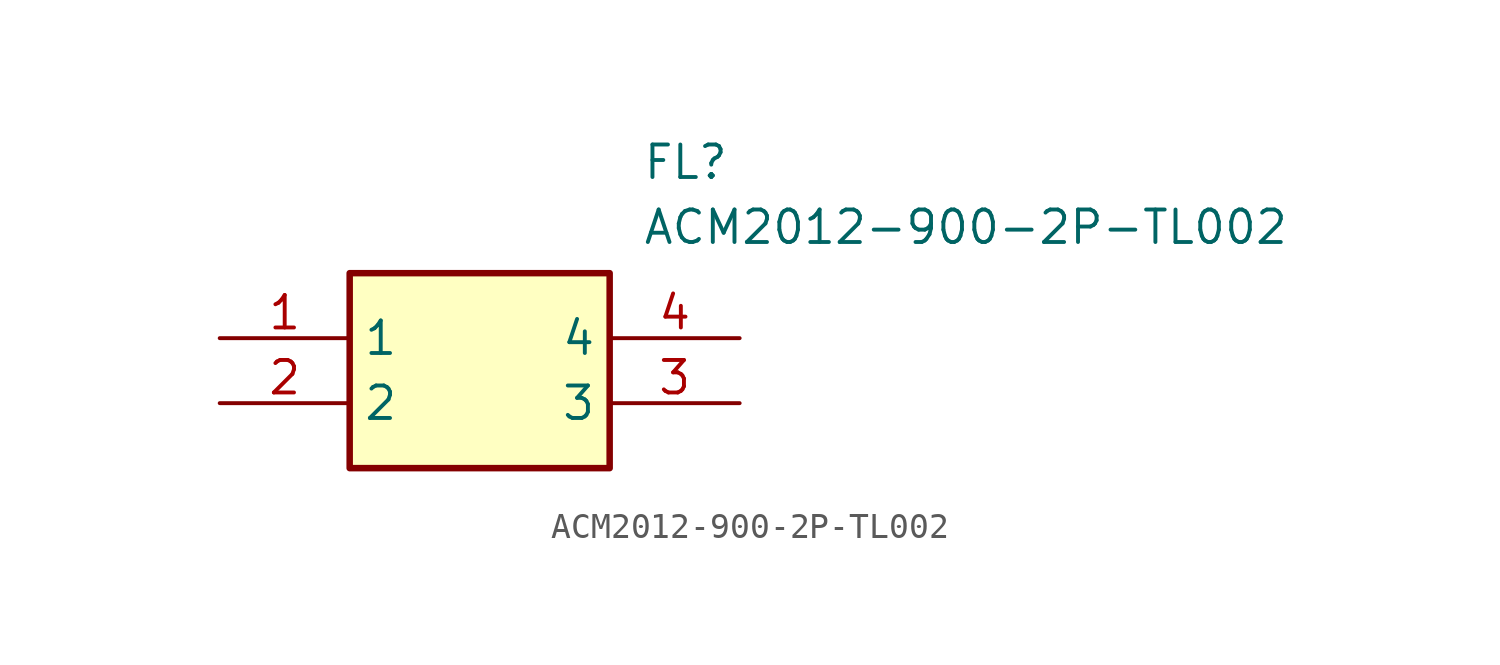
<source format=kicad_sym>
(kicad_symbol_lib
  (version 20211014)
  (generator SamacSys_ECAD_Model)
  (symbol "ACM2012-900-2P-TL002"
    (property "Reference" "FL"
      (at 16.51 7.62 0)
      (effects (font (size 1.27 1.27)) (justify left top)))
    (property "Value" "ACM2012-900-2P-TL002"
      (at 16.51 5.08 0)
      (effects (font (size 1.27 1.27)) (justify left top)))
    (rectangle
      (start 5.08 2.54)
      (end 15.24 -5.08)
      (stroke (width 0.254) (type default))
      (fill (type background)))
    (pin passive line
      (at 0 0 0)
      (length 5.08)
      (name "1" (effects (font (size 1.27 1.27))))
      (number "1" (effects (font (size 1.27 1.27)))))
    (pin passive line
      (at 0 -2.54 0)
      (length 5.08)
      (name "2" (effects (font (size 1.27 1.27))))
      (number "2" (effects (font (size 1.27 1.27)))))
    (pin passive line
      (at 20.32 -2.54 180)
      (length 5.08)
      (name "3" (effects (font (size 1.27 1.27))))
      (number "3" (effects (font (size 1.27 1.27)))))
    (pin passive line
      (at 20.32 0 180)
      (length 5.08)
      (name "4" (effects (font (size 1.27 1.27))))
      (number "4" (effects (font (size 1.27 1.27)))))))
</source>
